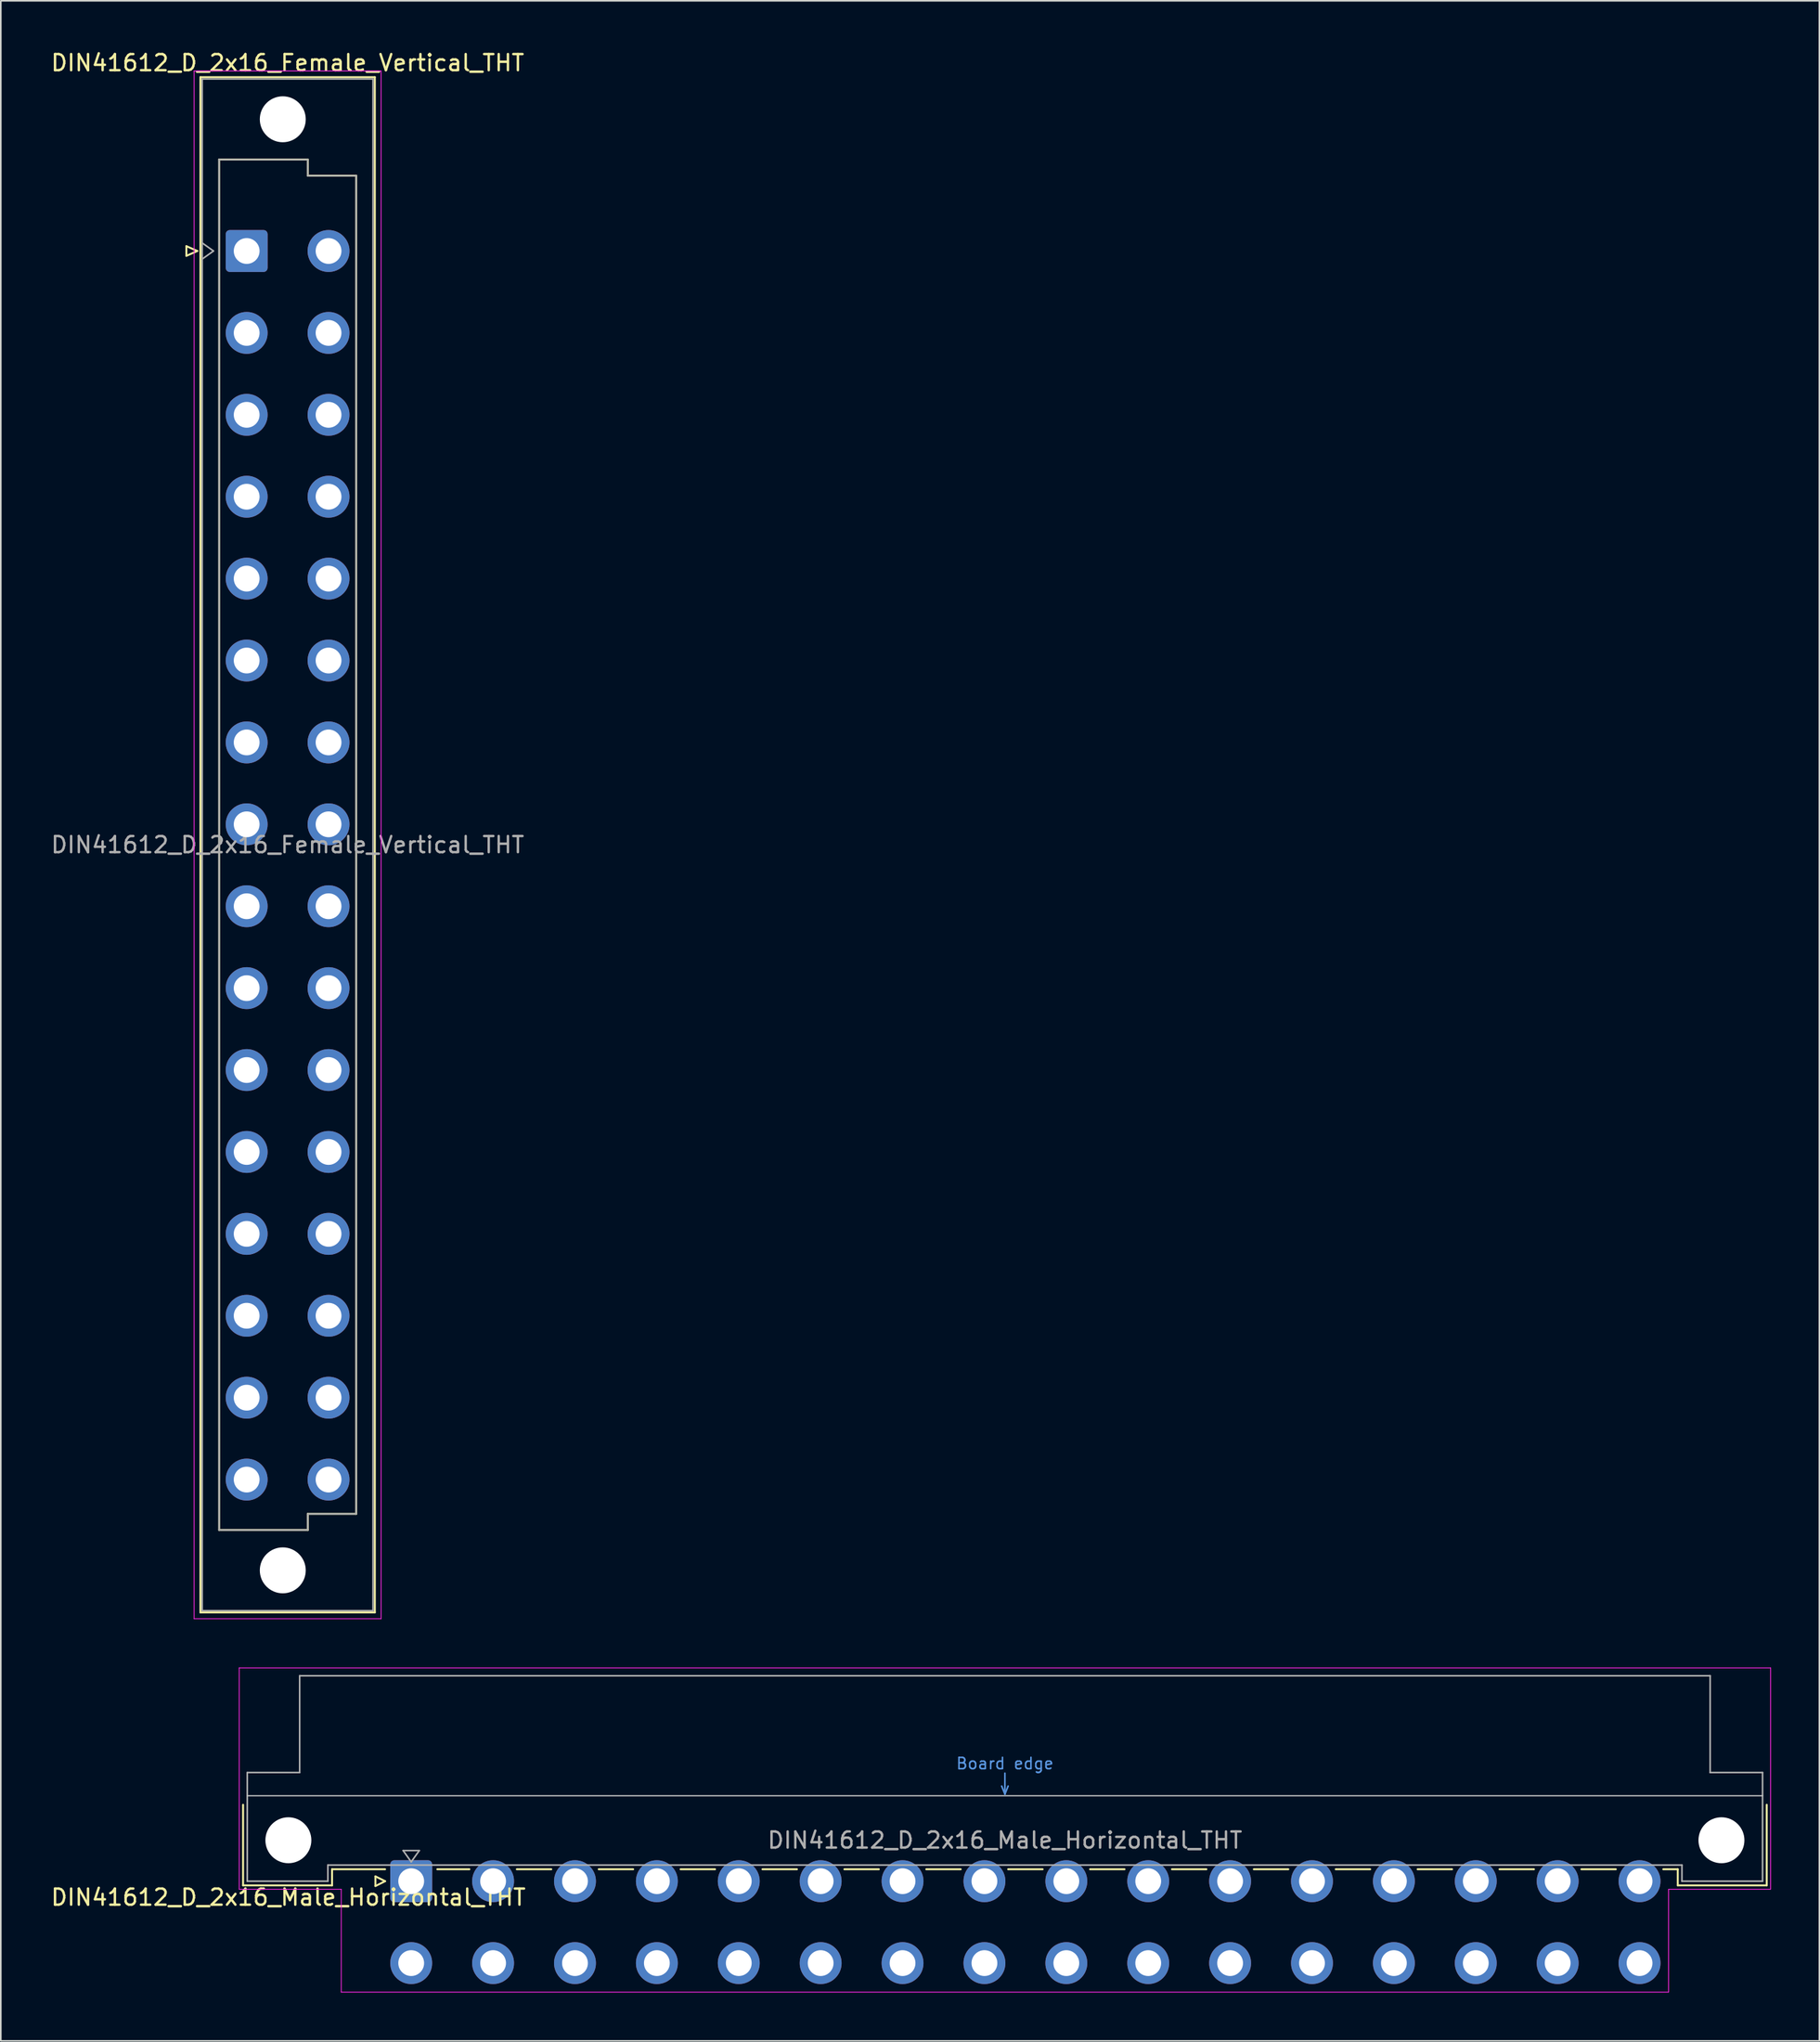
<source format=kicad_pcb>
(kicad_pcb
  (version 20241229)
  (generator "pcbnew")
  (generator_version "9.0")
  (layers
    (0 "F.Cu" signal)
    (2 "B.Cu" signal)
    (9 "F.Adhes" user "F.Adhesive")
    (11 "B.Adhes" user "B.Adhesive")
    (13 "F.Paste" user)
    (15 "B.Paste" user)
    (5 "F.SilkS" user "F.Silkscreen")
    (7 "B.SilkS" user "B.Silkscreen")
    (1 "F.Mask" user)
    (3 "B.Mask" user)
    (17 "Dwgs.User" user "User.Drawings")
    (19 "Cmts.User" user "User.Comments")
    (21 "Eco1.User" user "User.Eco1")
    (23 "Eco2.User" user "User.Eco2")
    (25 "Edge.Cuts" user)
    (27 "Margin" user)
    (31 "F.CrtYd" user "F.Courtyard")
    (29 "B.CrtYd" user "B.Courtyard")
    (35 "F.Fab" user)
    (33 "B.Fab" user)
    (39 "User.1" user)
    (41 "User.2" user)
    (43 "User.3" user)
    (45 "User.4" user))
  (footprint "DIN41612_D_2x16_Female_Vertical_THT"
    (layer "F.Cu")
    (at 12.252 9.978)
    (property "Reference" "DIN41612_D_2x16_Female_Vertical_THT" (at 2.54 -9.13 0) (layer "F.SilkS") (effects (font (size 1 1) (thickness 0.15))))
    (attr through_hole)
    (fp_line (start -3.74 2.24) (end -3.74 2.84) (stroke (width 0.12) (type solid)) (layer "F.SilkS"))
    (fp_line (start -3.74 2.84) (end -3.06 2.54) (stroke (width 0.12) (type solid)) (layer "F.SilkS"))
    (fp_line (start -3.06 2.54) (end -3.74 2.24) (stroke (width 0.12) (type solid)) (layer "F.SilkS"))
    (fp_line (start -2.87 -8.24) (end 7.95 -8.24) (stroke (width 0.12) (type solid)) (layer "F.SilkS"))
    (fp_line (start -2.87 86.98) (end -2.87 -8.24) (stroke (width 0.12) (type solid)) (layer "F.SilkS"))
    (fp_line (start -1.71 -3.131) (end 3.79 -3.131) (stroke (width 0.12) (type solid)) (layer "F.SilkS"))
    (fp_line (start -1.71 81.87) (end -1.71 -3.131) (stroke (width 0.12) (type solid)) (layer "F.SilkS"))
    (fp_line (start 3.79 -3.131) (end 3.79 -2.131) (stroke (width 0.12) (type solid)) (layer "F.SilkS"))
    (fp_line (start 3.79 -2.131) (end 6.79 -2.131) (stroke (width 0.12) (type solid)) (layer "F.SilkS"))
    (fp_line (start 3.79 80.87) (end 3.79 81.87) (stroke (width 0.12) (type solid)) (layer "F.SilkS"))
    (fp_line (start 3.79 81.87) (end -1.71 81.87) (stroke (width 0.12) (type solid)) (layer "F.SilkS"))
    (fp_line (start 6.79 -2.131) (end 6.79 80.87) (stroke (width 0.12) (type solid)) (layer "F.SilkS"))
    (fp_line (start 6.79 80.87) (end 3.79 80.87) (stroke (width 0.12) (type solid)) (layer "F.SilkS"))
    (fp_line (start 7.95 -8.24) (end 7.95 86.98) (stroke (width 0.12) (type solid)) (layer "F.SilkS"))
    (fp_line (start 7.95 86.98) (end -2.87 86.98) (stroke (width 0.12) (type solid)) (layer "F.SilkS"))
    (fp_line (start -3.26 -8.63) (end 8.34 -8.63) (stroke (width 0.05) (type solid)) (layer "F.CrtYd"))
    (fp_line (start -3.26 87.37) (end -3.26 -8.63) (stroke (width 0.05) (type solid)) (layer "F.CrtYd"))
    (fp_line (start 8.34 -8.63) (end 8.34 87.37) (stroke (width 0.05) (type solid)) (layer "F.CrtYd"))
    (fp_line (start 8.34 87.37) (end -3.26 87.37) (stroke (width 0.05) (type solid)) (layer "F.CrtYd"))
    (fp_line (start -2.76 -8.13) (end 7.84 -8.13) (stroke (width 0.1) (type solid)) (layer "F.Fab"))
    (fp_line (start -2.76 2.04) (end -2.06 2.54) (stroke (width 0.1) (type solid)) (layer "F.Fab"))
    (fp_line (start -2.76 86.87) (end -2.76 -8.13) (stroke (width 0.1) (type solid)) (layer "F.Fab"))
    (fp_line (start -2.06 2.54) (end -2.76 3.04) (stroke (width 0.1) (type solid)) (layer "F.Fab"))
    (fp_line (start -1.71 -3.13) (end 3.79 -3.13) (stroke (width 0.1) (type solid)) (layer "F.Fab"))
    (fp_line (start -1.71 81.87) (end -1.71 -3.13) (stroke (width 0.1) (type solid)) (layer "F.Fab"))
    (fp_line (start 3.79 -3.13) (end 3.79 -2.13) (stroke (width 0.1) (type solid)) (layer "F.Fab"))
    (fp_line (start 3.79 -2.13) (end 6.79 -2.13) (stroke (width 0.1) (type solid)) (layer "F.Fab"))
    (fp_line (start 3.79 80.87) (end 3.79 81.87) (stroke (width 0.1) (type solid)) (layer "F.Fab"))
    (fp_line (start 3.79 81.87) (end -1.71 81.87) (stroke (width 0.1) (type solid)) (layer "F.Fab"))
    (fp_line (start 6.79 -2.13) (end 6.79 80.87) (stroke (width 0.1) (type solid)) (layer "F.Fab"))
    (fp_line (start 6.79 80.87) (end 3.79 80.87) (stroke (width 0.1) (type solid)) (layer "F.Fab"))
    (fp_line (start 7.84 -8.13) (end 7.84 86.87) (stroke (width 0.1) (type solid)) (layer "F.Fab"))
    (fp_line (start 7.84 86.87) (end -2.76 86.87) (stroke (width 0.1) (type solid)) (layer "F.Fab"))
    (fp_text user "${REFERENCE}" (at 2.54 39.37 0) (layer "F.Fab") (effects (font (size 1 1) (thickness 0.15))))
    (pad "" np_thru_hole circle (at 2.24 -5.63) (size 2.85 2.85) (drill 2.85) (layers "*.Cu" "*.Mask"))
    (pad "" np_thru_hole circle (at 2.24 84.37) (size 2.85 2.85) (drill 2.85) (layers "*.Cu" "*.Mask"))
    (pad "a2" thru_hole roundrect (at 0 2.54) (size 2.6 2.6) (drill 1.6) (layers "*.Cu" "*.Mask") (roundrect_rratio 0.096))
    (pad "a4" thru_hole circle (at 0 7.62) (size 2.6 2.6) (drill 1.6) (layers "*.Cu" "*.Mask"))
    (pad "a6" thru_hole circle (at 0 12.7) (size 2.6 2.6) (drill 1.6) (layers "*.Cu" "*.Mask"))
    (pad "a8" thru_hole circle (at 0 17.78) (size 2.6 2.6) (drill 1.6) (layers "*.Cu" "*.Mask"))
    (pad "a10" thru_hole circle (at 0 22.86) (size 2.6 2.6) (drill 1.6) (layers "*.Cu" "*.Mask"))
    (pad "a12" thru_hole circle (at 0 27.94) (size 2.6 2.6) (drill 1.6) (layers "*.Cu" "*.Mask"))
    (pad "a14" thru_hole circle (at 0 33.02) (size 2.6 2.6) (drill 1.6) (layers "*.Cu" "*.Mask"))
    (pad "a16" thru_hole circle (at 0 38.1) (size 2.6 2.6) (drill 1.6) (layers "*.Cu" "*.Mask"))
    (pad "a18" thru_hole circle (at 0 43.18) (size 2.6 2.6) (drill 1.6) (layers "*.Cu" "*.Mask"))
    (pad "a20" thru_hole circle (at 0 48.26) (size 2.6 2.6) (drill 1.6) (layers "*.Cu" "*.Mask"))
    (pad "a22" thru_hole circle (at 0 53.34) (size 2.6 2.6) (drill 1.6) (layers "*.Cu" "*.Mask"))
    (pad "a24" thru_hole circle (at 0 58.42) (size 2.6 2.6) (drill 1.6) (layers "*.Cu" "*.Mask"))
    (pad "a26" thru_hole circle (at 0 63.5) (size 2.6 2.6) (drill 1.6) (layers "*.Cu" "*.Mask"))
    (pad "a28" thru_hole circle (at 0 68.58) (size 2.6 2.6) (drill 1.6) (layers "*.Cu" "*.Mask"))
    (pad "a30" thru_hole circle (at 0 73.66) (size 2.6 2.6) (drill 1.6) (layers "*.Cu" "*.Mask"))
    (pad "a32" thru_hole circle (at 0 78.74) (size 2.6 2.6) (drill 1.6) (layers "*.Cu" "*.Mask"))
    (pad "c2" thru_hole circle (at 5.08 2.54) (size 2.6 2.6) (drill 1.6) (layers "*.Cu" "*.Mask"))
    (pad "c4" thru_hole circle (at 5.08 7.62) (size 2.6 2.6) (drill 1.6) (layers "*.Cu" "*.Mask"))
    (pad "c6" thru_hole circle (at 5.08 12.7) (size 2.6 2.6) (drill 1.6) (layers "*.Cu" "*.Mask"))
    (pad "c8" thru_hole circle (at 5.08 17.78) (size 2.6 2.6) (drill 1.6) (layers "*.Cu" "*.Mask"))
    (pad "c10" thru_hole circle (at 5.08 22.86) (size 2.6 2.6) (drill 1.6) (layers "*.Cu" "*.Mask"))
    (pad "c12" thru_hole circle (at 5.08 27.94) (size 2.6 2.6) (drill 1.6) (layers "*.Cu" "*.Mask"))
    (pad "c14" thru_hole circle (at 5.08 33.02) (size 2.6 2.6) (drill 1.6) (layers "*.Cu" "*.Mask"))
    (pad "c16" thru_hole circle (at 5.08 38.1) (size 2.6 2.6) (drill 1.6) (layers "*.Cu" "*.Mask"))
    (pad "c18" thru_hole circle (at 5.08 43.18) (size 2.6 2.6) (drill 1.6) (layers "*.Cu" "*.Mask"))
    (pad "c20" thru_hole circle (at 5.08 48.26) (size 2.6 2.6) (drill 1.6) (layers "*.Cu" "*.Mask"))
    (pad "c22" thru_hole circle (at 5.08 53.34) (size 2.6 2.6) (drill 1.6) (layers "*.Cu" "*.Mask"))
    (pad "c24" thru_hole circle (at 5.08 58.42) (size 2.6 2.6) (drill 1.6) (layers "*.Cu" "*.Mask"))
    (pad "c26" thru_hole circle (at 5.08 63.5) (size 2.6 2.6) (drill 1.6) (layers "*.Cu" "*.Mask"))
    (pad "c28" thru_hole circle (at 5.08 68.58) (size 2.6 2.6) (drill 1.6) (layers "*.Cu" "*.Mask"))
    (pad "c30" thru_hole circle (at 5.08 73.66) (size 2.6 2.6) (drill 1.6) (layers "*.Cu" "*.Mask"))
    (pad "c32" thru_hole circle (at 5.08 78.74) (size 2.6 2.6) (drill 1.6) (layers "*.Cu" "*.Mask")))
  (footprint "DIN41612_D_2x16_Male_Horizontal_THT"
    (layer "F.Cu")
    (at 19.919 113.628)
    (property "Reference" "DIN41612_D_2x16_Male_Horizontal_THT" (at -5.08 1 0) (layer "F.SilkS") (effects (font (size 1 1) (thickness 0.15))))
    (attr through_hole)
    (fp_line (start -7.89 -4.74) (end -7.89 0.26) (stroke (width 0.12) (type solid)) (layer "F.SilkS"))
    (fp_line (start -7.89 0.26) (end -2.37 0.26) (stroke (width 0.12) (type solid)) (layer "F.SilkS"))
    (fp_line (start -2.371 -0.74) (end 0.92 -0.74) (stroke (width 0.12) (type solid)) (layer "F.SilkS"))
    (fp_line (start -2.37 0.26) (end -2.37 -0.74) (stroke (width 0.12) (type solid)) (layer "F.SilkS"))
    (fp_line (start 0.32 -0.3) (end 0.32 0.3) (stroke (width 0.12) (type solid)) (layer "F.SilkS"))
    (fp_line (start 0.32 0.3) (end 0.92 0) (stroke (width 0.12) (type solid)) (layer "F.SilkS"))
    (fp_line (start 0.92 0) (end 0.32 -0.3) (stroke (width 0.12) (type solid)) (layer "F.SilkS"))
    (fp_line (start 4.16 -0.74) (end 6.149 -0.74) (stroke (width 0.12) (type solid)) (layer "F.SilkS"))
    (fp_line (start 9.092 -0.74) (end 11.229 -0.74) (stroke (width 0.12) (type solid)) (layer "F.SilkS"))
    (fp_line (start 14.172 -0.74) (end 16.309 -0.74) (stroke (width 0.12) (type solid)) (layer "F.SilkS"))
    (fp_line (start 19.252 -0.74) (end 21.389 -0.74) (stroke (width 0.12) (type solid)) (layer "F.SilkS"))
    (fp_line (start 24.332 -0.74) (end 26.469 -0.74) (stroke (width 0.12) (type solid)) (layer "F.SilkS"))
    (fp_line (start 29.412 -0.74) (end 31.549 -0.74) (stroke (width 0.12) (type solid)) (layer "F.SilkS"))
    (fp_line (start 34.492 -0.74) (end 36.629 -0.74) (stroke (width 0.12) (type solid)) (layer "F.SilkS"))
    (fp_line (start 39.572 -0.74) (end 41.709 -0.74) (stroke (width 0.12) (type solid)) (layer "F.SilkS"))
    (fp_line (start 44.652 -0.74) (end 46.789 -0.74) (stroke (width 0.12) (type solid)) (layer "F.SilkS"))
    (fp_line (start 49.732 -0.74) (end 51.869 -0.74) (stroke (width 0.12) (type solid)) (layer "F.SilkS"))
    (fp_line (start 54.812 -0.74) (end 56.949 -0.74) (stroke (width 0.12) (type solid)) (layer "F.SilkS"))
    (fp_line (start 59.892 -0.74) (end 62.029 -0.74) (stroke (width 0.12) (type solid)) (layer "F.SilkS"))
    (fp_line (start 64.972 -0.74) (end 67.109 -0.74) (stroke (width 0.12) (type solid)) (layer "F.SilkS"))
    (fp_line (start 70.052 -0.74) (end 72.189 -0.74) (stroke (width 0.12) (type solid)) (layer "F.SilkS"))
    (fp_line (start 75.132 -0.74) (end 77.269 -0.74) (stroke (width 0.12) (type solid)) (layer "F.SilkS"))
    (fp_line (start 80.212 -0.74) (end 81.11 -0.74) (stroke (width 0.12) (type solid)) (layer "F.SilkS"))
    (fp_line (start 81.11 0.26) (end 81.11 -0.74) (stroke (width 0.12) (type solid)) (layer "F.SilkS"))
    (fp_line (start 86.63 -4.74) (end 86.63 0.26) (stroke (width 0.12) (type solid)) (layer "F.SilkS"))
    (fp_line (start 86.63 0.26) (end 81.11 0.26) (stroke (width 0.12) (type solid)) (layer "F.SilkS"))
    (fp_line (start -7.63 -5.3) (end 86.37 -5.3) (stroke (width 0.08) (type solid)) (layer "Dwgs.User"))
    (fp_line (start 39.17 -5.9) (end 39.37 -5.4) (stroke (width 0.1) (type solid)) (layer "Cmts.User"))
    (fp_line (start 39.37 -5.4) (end 39.37 -6.7) (stroke (width 0.1) (type solid)) (layer "Cmts.User"))
    (fp_line (start 39.37 -5.4) (end 39.57 -5.9) (stroke (width 0.1) (type solid)) (layer "Cmts.User"))
    (fp_line (start -8.13 -13.23) (end -8.13 0.5) (stroke (width 0.05) (type solid)) (layer "F.CrtYd"))
    (fp_line (start -8.13 0.5) (end -1.8 0.5) (stroke (width 0.05) (type solid)) (layer "F.CrtYd"))
    (fp_line (start -1.8 0.5) (end -1.8 6.88) (stroke (width 0.05) (type solid)) (layer "F.CrtYd"))
    (fp_line (start -1.8 6.88) (end 80.54 6.88) (stroke (width 0.05) (type solid)) (layer "F.CrtYd"))
    (fp_line (start 80.54 0.5) (end 86.87 0.5) (stroke (width 0.05) (type solid)) (layer "F.CrtYd"))
    (fp_line (start 80.54 6.88) (end 80.54 0.5) (stroke (width 0.05) (type solid)) (layer "F.CrtYd"))
    (fp_line (start 86.87 -13.23) (end -8.13 -13.23) (stroke (width 0.05) (type solid)) (layer "F.CrtYd"))
    (fp_line (start 86.87 0.5) (end 86.87 -13.23) (stroke (width 0.05) (type solid)) (layer "F.CrtYd"))
    (fp_line (start -7.63 -6.74) (end -7.63 0) (stroke (width 0.1) (type solid)) (layer "F.Fab"))
    (fp_line (start -7.63 0) (end -2.63 0) (stroke (width 0.1) (type solid)) (layer "F.Fab"))
    (fp_line (start -4.38 -12.74) (end -4.38 -6.74) (stroke (width 0.1) (type solid)) (layer "F.Fab"))
    (fp_line (start -4.38 -6.74) (end -7.63 -6.74) (stroke (width 0.1) (type solid)) (layer "F.Fab"))
    (fp_line (start -2.63 -1) (end 81.37 -1) (stroke (width 0.1) (type solid)) (layer "F.Fab"))
    (fp_line (start -2.63 0) (end -2.63 -1) (stroke (width 0.1) (type solid)) (layer "F.Fab"))
    (fp_line (start 2.04 -1.9) (end 3.04 -1.9) (stroke (width 0.1) (type solid)) (layer "F.Fab"))
    (fp_line (start 2.54 -1.2) (end 2.04 -1.9) (stroke (width 0.1) (type solid)) (layer "F.Fab"))
    (fp_line (start 3.04 -1.9) (end 2.54 -1.2) (stroke (width 0.1) (type solid)) (layer "F.Fab"))
    (fp_line (start 81.37 -1) (end 81.37 0) (stroke (width 0.1) (type solid)) (layer "F.Fab"))
    (fp_line (start 81.37 0) (end 86.37 0) (stroke (width 0.1) (type solid)) (layer "F.Fab"))
    (fp_line (start 83.12 -12.74) (end -4.38 -12.74) (stroke (width 0.1) (type solid)) (layer "F.Fab"))
    (fp_line (start 83.12 -6.74) (end 83.12 -12.74) (stroke (width 0.1) (type solid)) (layer "F.Fab"))
    (fp_line (start 86.37 -6.74) (end 83.12 -6.74) (stroke (width 0.1) (type solid)) (layer "F.Fab"))
    (fp_line (start 86.37 0) (end 86.37 -6.74) (stroke (width 0.1) (type solid)) (layer "F.Fab"))
    (fp_text user "Board edge" (at 39.37 -7.3 0) (layer "Cmts.User") (effects (font (size 0.7 0.7) (thickness 0.1))))
    (fp_text user "${REFERENCE}" (at 39.37 -2.54 0) (layer "F.Fab") (effects (font (size 1 1) (thickness 0.15))))
    (pad "" np_thru_hole circle (at -5.08 -2.54) (size 2.85 2.85) (drill 2.85) (layers "*.Cu" "*.Mask"))
    (pad "" np_thru_hole circle (at 83.82 -2.54) (size 2.85 2.85) (drill 2.85) (layers "*.Cu" "*.Mask"))
    (pad "a2" thru_hole roundrect (at 2.54 0) (size 2.6 2.6) (drill 1.6) (layers "*.Cu" "*.Mask") (roundrect_rratio 0.096))
    (pad "a4" thru_hole circle (at 7.62 0) (size 2.6 2.6) (drill 1.6) (layers "*.Cu" "*.Mask"))
    (pad "a6" thru_hole circle (at 12.7 0) (size 2.6 2.6) (drill 1.6) (layers "*.Cu" "*.Mask"))
    (pad "a8" thru_hole circle (at 17.78 0) (size 2.6 2.6) (drill 1.6) (layers "*.Cu" "*.Mask"))
    (pad "a10" thru_hole circle (at 22.86 0) (size 2.6 2.6) (drill 1.6) (layers "*.Cu" "*.Mask"))
    (pad "a12" thru_hole circle (at 27.94 0) (size 2.6 2.6) (drill 1.6) (layers "*.Cu" "*.Mask"))
    (pad "a14" thru_hole circle (at 33.02 0) (size 2.6 2.6) (drill 1.6) (layers "*.Cu" "*.Mask"))
    (pad "a16" thru_hole circle (at 38.1 0) (size 2.6 2.6) (drill 1.6) (layers "*.Cu" "*.Mask"))
    (pad "a18" thru_hole circle (at 43.18 0) (size 2.6 2.6) (drill 1.6) (layers "*.Cu" "*.Mask"))
    (pad "a20" thru_hole circle (at 48.26 0) (size 2.6 2.6) (drill 1.6) (layers "*.Cu" "*.Mask"))
    (pad "a22" thru_hole circle (at 53.34 0) (size 2.6 2.6) (drill 1.6) (layers "*.Cu" "*.Mask"))
    (pad "a24" thru_hole circle (at 58.42 0) (size 2.6 2.6) (drill 1.6) (layers "*.Cu" "*.Mask"))
    (pad "a26" thru_hole circle (at 63.5 0) (size 2.6 2.6) (drill 1.6) (layers "*.Cu" "*.Mask"))
    (pad "a28" thru_hole circle (at 68.58 0) (size 2.6 2.6) (drill 1.6) (layers "*.Cu" "*.Mask"))
    (pad "a30" thru_hole circle (at 73.66 0) (size 2.6 2.6) (drill 1.6) (layers "*.Cu" "*.Mask"))
    (pad "a32" thru_hole circle (at 78.74 0) (size 2.6 2.6) (drill 1.6) (layers "*.Cu" "*.Mask"))
    (pad "c2" thru_hole circle (at 2.54 5.08) (size 2.6 2.6) (drill 1.6) (layers "*.Cu" "*.Mask"))
    (pad "c4" thru_hole circle (at 7.62 5.08) (size 2.6 2.6) (drill 1.6) (layers "*.Cu" "*.Mask"))
    (pad "c6" thru_hole circle (at 12.7 5.08) (size 2.6 2.6) (drill 1.6) (layers "*.Cu" "*.Mask"))
    (pad "c8" thru_hole circle (at 17.78 5.08) (size 2.6 2.6) (drill 1.6) (layers "*.Cu" "*.Mask"))
    (pad "c10" thru_hole circle (at 22.86 5.08) (size 2.6 2.6) (drill 1.6) (layers "*.Cu" "*.Mask"))
    (pad "c12" thru_hole circle (at 27.94 5.08) (size 2.6 2.6) (drill 1.6) (layers "*.Cu" "*.Mask"))
    (pad "c14" thru_hole circle (at 33.02 5.08) (size 2.6 2.6) (drill 1.6) (layers "*.Cu" "*.Mask"))
    (pad "c16" thru_hole circle (at 38.1 5.08) (size 2.6 2.6) (drill 1.6) (layers "*.Cu" "*.Mask"))
    (pad "c18" thru_hole circle (at 43.18 5.08) (size 2.6 2.6) (drill 1.6) (layers "*.Cu" "*.Mask"))
    (pad "c20" thru_hole circle (at 48.26 5.08) (size 2.6 2.6) (drill 1.6) (layers "*.Cu" "*.Mask"))
    (pad "c22" thru_hole circle (at 53.34 5.08) (size 2.6 2.6) (drill 1.6) (layers "*.Cu" "*.Mask"))
    (pad "c24" thru_hole circle (at 58.42 5.08) (size 2.6 2.6) (drill 1.6) (layers "*.Cu" "*.Mask"))
    (pad "c26" thru_hole circle (at 63.5 5.08) (size 2.6 2.6) (drill 1.6) (layers "*.Cu" "*.Mask"))
    (pad "c28" thru_hole circle (at 68.58 5.08) (size 2.6 2.6) (drill 1.6) (layers "*.Cu" "*.Mask"))
    (pad "c30" thru_hole circle (at 73.66 5.08) (size 2.6 2.6) (drill 1.6) (layers "*.Cu" "*.Mask"))
    (pad "c32" thru_hole circle (at 78.74 5.08) (size 2.6 2.6) (drill 1.6) (layers "*.Cu" "*.Mask")))
  (gr_rect
    (start -3 -3)
    (end 109.814 123.533)
    (stroke (width 0.1) (type default))
    (fill no)
    (layer "Edge.Cuts")))
</source>
